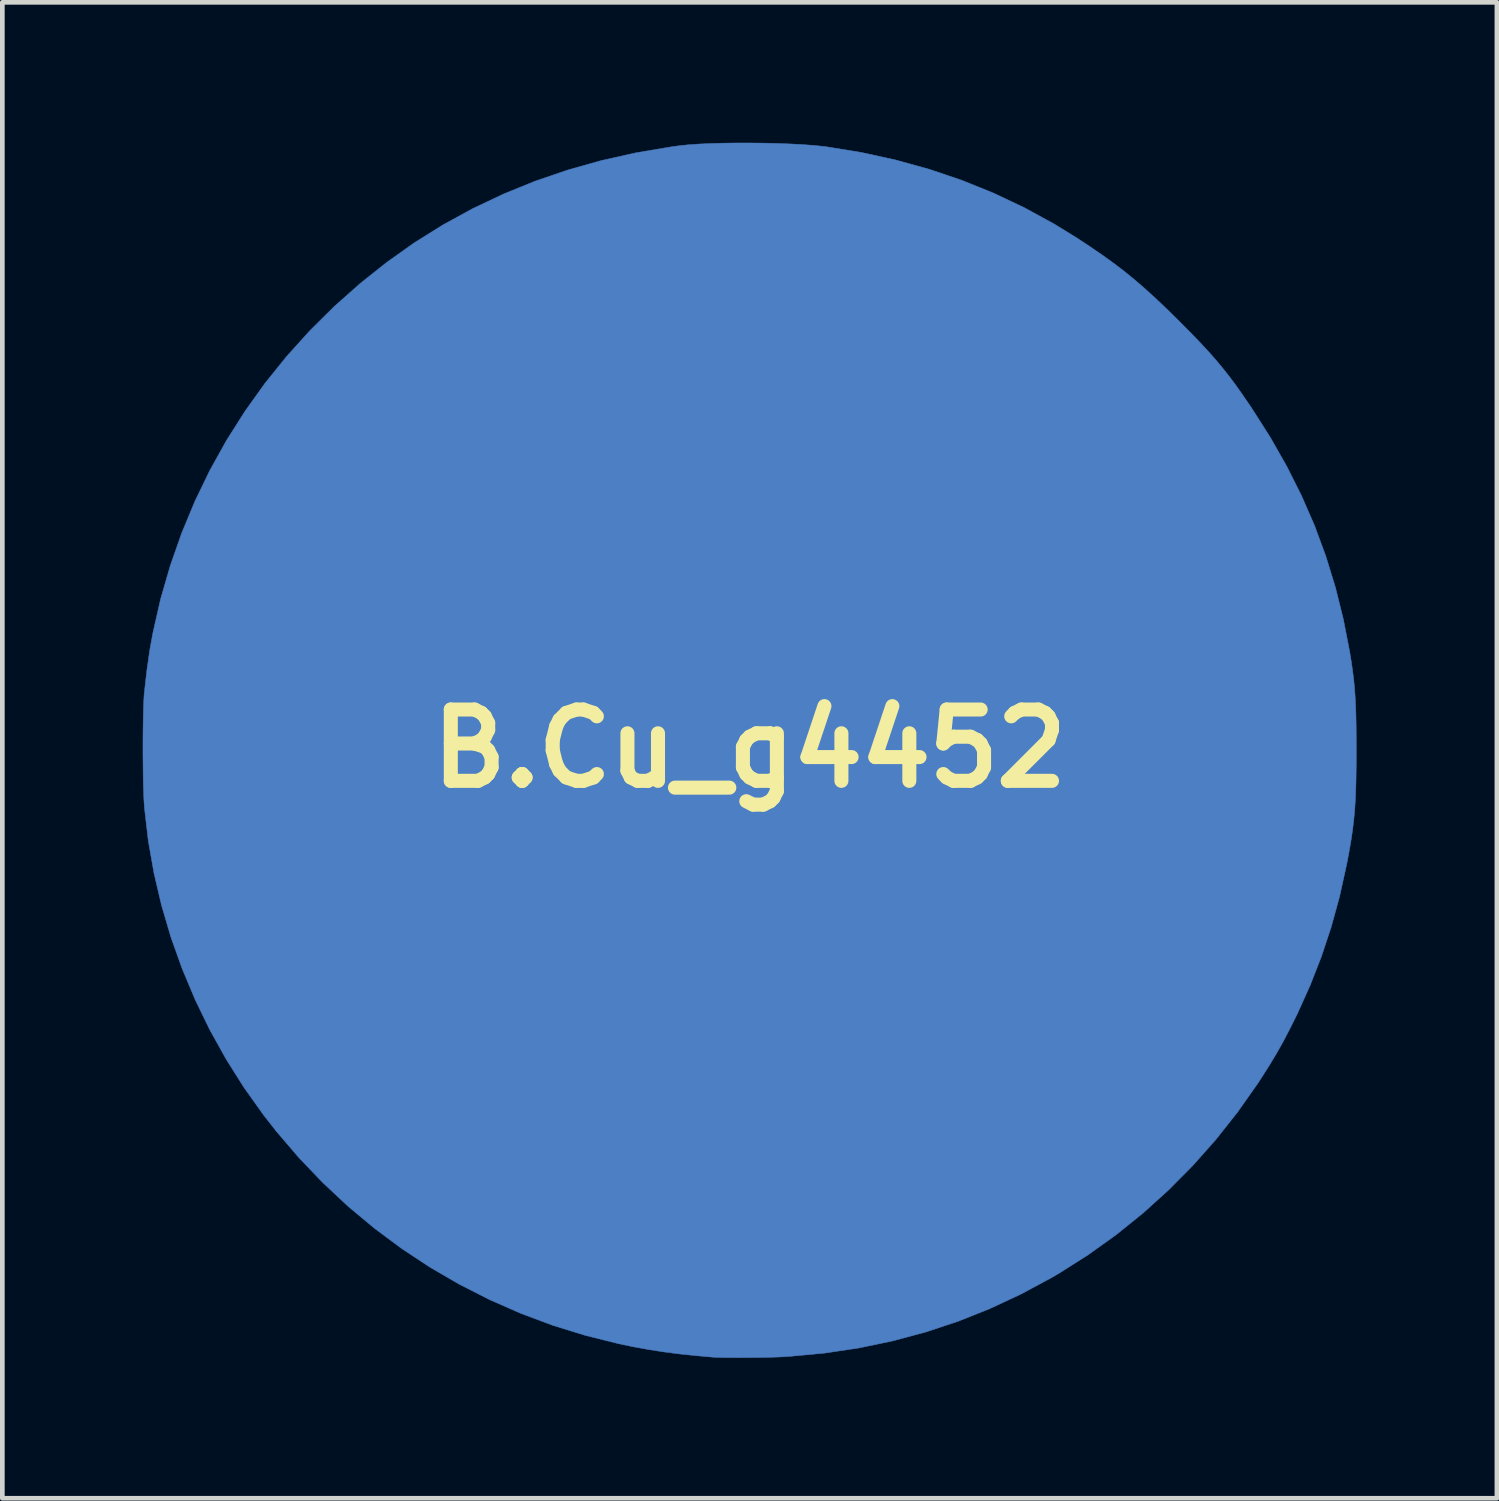
<source format=kicad_pcb>
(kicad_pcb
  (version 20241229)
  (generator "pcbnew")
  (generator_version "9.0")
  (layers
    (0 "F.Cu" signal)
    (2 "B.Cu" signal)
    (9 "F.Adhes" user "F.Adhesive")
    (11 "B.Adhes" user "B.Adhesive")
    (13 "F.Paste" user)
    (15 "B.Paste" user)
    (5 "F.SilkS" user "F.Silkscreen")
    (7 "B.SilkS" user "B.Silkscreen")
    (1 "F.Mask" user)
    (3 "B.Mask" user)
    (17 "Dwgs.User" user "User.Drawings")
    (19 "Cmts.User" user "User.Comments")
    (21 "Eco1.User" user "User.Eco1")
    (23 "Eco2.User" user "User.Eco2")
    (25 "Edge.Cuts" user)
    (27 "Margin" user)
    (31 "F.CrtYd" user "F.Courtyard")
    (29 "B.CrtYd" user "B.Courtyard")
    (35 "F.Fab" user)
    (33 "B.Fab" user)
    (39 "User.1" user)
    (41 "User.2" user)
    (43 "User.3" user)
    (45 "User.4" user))
  (footprint "B.Cu_g4452"
    (layer "F.Cu")
    (at 12.969 12.945)
    (property "Reference" "B.Cu_g4452" (at 0 0 0) (layer "F.SilkS") (effects (font (size 1.524 1.524) (thickness 0.3))))
    (attr through_hole)
    (fp_poly (pts (xy 0.301 -12.937) (xy 0.594 -12.93) (xy 0.876 -12.919) (xy 1.14 -12.905) (xy 1.378 -12.887) (xy 1.585 -12.866) (xy 1.637 -12.859) (xy 2.389 -12.737) (xy 3.122 -12.576) (xy 3.837 -12.378) (xy 4.532 -12.143) (xy 5.208 -11.87) (xy 5.865 -11.559) (xy 6.502 -11.211) (xy 6.979 -10.918) (xy 7.267 -10.728) (xy 7.529 -10.549) (xy 7.772 -10.374) (xy 8.002 -10.199) (xy 8.224 -10.018) (xy 8.447 -9.825) (xy 8.677 -9.616) (xy 8.919 -9.386) (xy 9.181 -9.128) (xy 9.207 -9.101) (xy 9.429 -8.877) (xy 9.625 -8.674) (xy 9.799 -8.487) (xy 9.957 -8.308) (xy 10.103 -8.133) (xy 10.244 -7.955) (xy 10.384 -7.768) (xy 10.528 -7.564) (xy 10.682 -7.339) (xy 10.728 -7.271) (xy 11.124 -6.649) (xy 11.479 -6.025) (xy 11.794 -5.396) (xy 12.071 -4.76) (xy 12.31 -4.111) (xy 12.514 -3.448) (xy 12.684 -2.766) (xy 12.821 -2.062) (xy 12.857 -1.841) (xy 12.882 -1.664) (xy 12.904 -1.491) (xy 12.921 -1.318) (xy 12.935 -1.137) (xy 12.945 -0.944) (xy 12.953 -0.732) (xy 12.958 -0.494) (xy 12.96 -0.226) (xy 12.961 0.032) (xy 12.96 0.349) (xy 12.956 0.63) (xy 12.95 0.882) (xy 12.94 1.111) (xy 12.926 1.325) (xy 12.907 1.529) (xy 12.883 1.729) (xy 12.853 1.934) (xy 12.817 2.148) (xy 12.774 2.38) (xy 12.752 2.49) (xy 12.603 3.165) (xy 12.425 3.812) (xy 12.217 4.44) (xy 11.977 5.055) (xy 11.702 5.665) (xy 11.662 5.747) (xy 11.523 6.024) (xy 11.391 6.276) (xy 11.257 6.513) (xy 11.115 6.75) (xy 10.957 6.999) (xy 10.849 7.165) (xy 10.422 7.771) (xy 9.962 8.352) (xy 9.472 8.905) (xy 8.953 9.429) (xy 8.406 9.924) (xy 7.833 10.386) (xy 7.236 10.814) (xy 6.616 11.208) (xy 6.437 11.312) (xy 5.788 11.661) (xy 5.125 11.97) (xy 4.449 12.239) (xy 3.758 12.468) (xy 3.054 12.657) (xy 2.335 12.807) (xy 1.601 12.917) (xy 0.852 12.987) (xy 0.712 12.996) (xy 0.596 13.001) (xy 0.453 13.006) (xy 0.29 13.009) (xy 0.114 13.012) (xy -0.065 13.013) (xy -0.243 13.014) (xy -0.409 13.013) (xy -0.559 13.012) (xy -0.683 13.009) (xy -0.774 13.005) (xy -0.794 13.003) (xy -1.176 12.969) (xy -1.527 12.932) (xy -1.855 12.889) (xy -2.171 12.839) (xy -2.485 12.782) (xy -2.794 12.718) (xy -3.508 12.54) (xy -4.208 12.324) (xy -4.892 12.068) (xy -5.558 11.775) (xy -6.206 11.446) (xy -6.835 11.08) (xy -7.442 10.679) (xy -8.027 10.243) (xy -8.589 9.774) (xy -9.125 9.272) (xy -9.636 8.737) (xy -10.119 8.172) (xy -10.388 7.828) (xy -10.804 7.244) (xy -11.187 6.637) (xy -11.536 6.01) (xy -11.849 5.365) (xy -12.126 4.705) (xy -12.366 4.033) (xy -12.567 3.351) (xy -12.729 2.661) (xy -12.851 1.967) (xy -12.932 1.27) (xy -12.936 1.217) (xy -12.944 1.095) (xy -12.95 0.94) (xy -12.956 0.758) (xy -12.96 0.555) (xy -12.962 0.338) (xy -12.964 0.113) (xy -12.964 -0.115) (xy -12.963 -0.338) (xy -12.96 -0.551) (xy -12.956 -0.747) (xy -12.951 -0.919) (xy -12.945 -1.062) (xy -12.938 -1.17) (xy -12.937 -1.175) (xy -12.883 -1.656) (xy -12.819 -2.104) (xy -12.751 -2.477) (xy -12.585 -3.204) (xy -12.378 -3.917) (xy -12.134 -4.612) (xy -11.852 -5.29) (xy -11.533 -5.949) (xy -11.177 -6.588) (xy -10.786 -7.205) (xy -10.36 -7.801) (xy -9.9 -8.373) (xy -9.406 -8.921) (xy -8.88 -9.444) (xy -8.321 -9.94) (xy -7.764 -10.383) (xy -7.172 -10.804) (xy -6.558 -11.188) (xy -5.922 -11.536) (xy -5.264 -11.848) (xy -4.586 -12.124) (xy -3.887 -12.363) (xy -3.169 -12.565) (xy -2.432 -12.73) (xy -1.675 -12.858) (xy -1.513 -12.88) (xy -1.327 -12.9) (xy -1.105 -12.916) (xy -0.854 -12.928) (xy -0.582 -12.936) (xy -0.294 -12.94) (xy 0.003 -12.94) (xy 0.301 -12.937)) (stroke (width 0.01) (type solid)) (fill yes) (layer "B.Cu")))
  (gr_rect
    (start -3 -3)
    (end 28.935 28.964)
    (stroke (width 0.1) (type default))
    (fill no)
    (layer "Edge.Cuts")))
</source>
